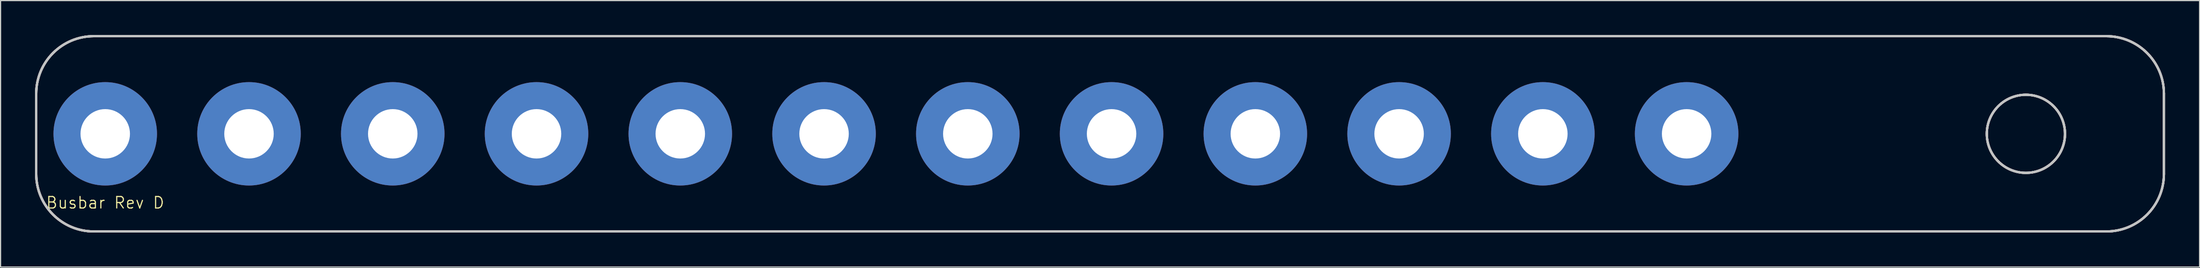
<source format=kicad_pcb>
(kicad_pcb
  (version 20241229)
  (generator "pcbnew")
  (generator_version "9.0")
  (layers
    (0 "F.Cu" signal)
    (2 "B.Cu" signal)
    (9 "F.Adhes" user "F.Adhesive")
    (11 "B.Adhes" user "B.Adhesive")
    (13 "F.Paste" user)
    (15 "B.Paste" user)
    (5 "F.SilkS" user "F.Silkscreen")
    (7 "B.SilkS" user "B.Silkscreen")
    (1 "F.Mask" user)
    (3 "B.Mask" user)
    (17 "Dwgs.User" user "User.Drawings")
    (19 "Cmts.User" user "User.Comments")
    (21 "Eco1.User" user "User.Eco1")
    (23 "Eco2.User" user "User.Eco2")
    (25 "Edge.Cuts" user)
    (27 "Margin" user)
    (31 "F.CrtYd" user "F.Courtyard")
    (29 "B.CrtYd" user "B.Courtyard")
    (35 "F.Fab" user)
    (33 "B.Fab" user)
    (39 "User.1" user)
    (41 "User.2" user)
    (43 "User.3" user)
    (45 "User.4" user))
  (footprint "Busbar Rev D"
    (layer "F.Cu")
    (at 6.1 8.6)
    (property "Reference" "Busbar Rev D" (at 0 6 0) (unlocked yes) (layer "F.SilkS") (effects (font (size 1 1) (thickness 0.1))))
    (attr through_hole)
    (fp_line (start -6 -3.5) (end -6 3.5) (stroke (width 0.2) (type default)) (layer "Dwgs.User"))
    (fp_line (start -6 -3.5) (end -6 3.5) (stroke (width 0.2) (type default)) (layer "Dwgs.User"))
    (fp_line (start -6 -3.5) (end -6 3.5) (stroke (width 0.2) (type default)) (layer "Dwgs.User"))
    (fp_line (start -6 -3.5) (end -6 3.5) (stroke (width 0.2) (type default)) (layer "Dwgs.User"))
    (fp_line (start -1 -8.5) (end 174 -8.5) (stroke (width 0.2) (type default)) (layer "Dwgs.User"))
    (fp_line (start -1 -8.5) (end 174 -8.5) (stroke (width 0.2) (type default)) (layer "Dwgs.User"))
    (fp_line (start -1 -8.5) (end 174 -8.5) (stroke (width 0.2) (type default)) (layer "Dwgs.User"))
    (fp_line (start -1 -8.5) (end 174 -8.5) (stroke (width 0.2) (type default)) (layer "Dwgs.User"))
    (fp_line (start 174 8.5) (end -1 8.5) (stroke (width 0.2) (type default)) (layer "Dwgs.User"))
    (fp_line (start 174 8.5) (end -1 8.5) (stroke (width 0.2) (type default)) (layer "Dwgs.User"))
    (fp_line (start 174 8.5) (end -1 8.5) (stroke (width 0.2) (type default)) (layer "Dwgs.User"))
    (fp_line (start 174 8.5) (end -1 8.5) (stroke (width 0.2) (type default)) (layer "Dwgs.User"))
    (fp_line (start 179 -3.5) (end 179 3.5) (stroke (width 0.2) (type default)) (layer "Dwgs.User"))
    (fp_line (start 179 -3.5) (end 179 3.5) (stroke (width 0.2) (type default)) (layer "Dwgs.User"))
    (fp_line (start 179 -3.5) (end 179 3.5) (stroke (width 0.2) (type default)) (layer "Dwgs.User"))
    (fp_line (start 179 -3.5) (end 179 3.5) (stroke (width 0.2) (type default)) (layer "Dwgs.User"))
    (fp_arc (start -6 -3.5) (mid -4.535534 -7.035534) (end -1.000001 -8.5) (stroke (width 0.2) (type default)) (layer "Dwgs.User"))
    (fp_arc (start -6 -3.5) (mid -4.535534 -7.035534) (end -1 -8.5) (stroke (width 0.2) (type default)) (layer "Dwgs.User"))
    (fp_arc (start -6 -3.5) (mid -4.535534 -7.035534) (end -1 -8.5) (stroke (width 0.2) (type default)) (layer "Dwgs.User"))
    (fp_arc (start -6 -3.499999) (mid -4.535534 -7.035534) (end -1.000001 -8.5) (stroke (width 0.2) (type default)) (layer "Dwgs.User"))
    (fp_arc (start -1 8.5) (mid -4.535534 7.035534) (end -6 3.499999) (stroke (width 0.2) (type default)) (layer "Dwgs.User"))
    (fp_arc (start -1 8.5) (mid -4.535534 7.035534) (end -6 3.499999) (stroke (width 0.2) (type default)) (layer "Dwgs.User"))
    (fp_arc (start -1 8.5) (mid -4.535534 7.035534) (end -6 3.499999) (stroke (width 0.2) (type default)) (layer "Dwgs.User"))
    (fp_arc (start -1 8.5) (mid -4.535534 7.035534) (end -6 3.499999) (stroke (width 0.2) (type default)) (layer "Dwgs.User"))
    (fp_arc (start 174 -8.5) (mid 177.535534 -7.035534) (end 179 -3.5) (stroke (width 0.2) (type default)) (layer "Dwgs.User"))
    (fp_arc (start 174 -8.5) (mid 177.535534 -7.035534) (end 179 -3.5) (stroke (width 0.2) (type default)) (layer "Dwgs.User"))
    (fp_arc (start 174 -8.5) (mid 177.535534 -7.035534) (end 179 -3.5) (stroke (width 0.2) (type default)) (layer "Dwgs.User"))
    (fp_arc (start 174 -8.5) (mid 177.535534 -7.035534) (end 179 -3.5) (stroke (width 0.2) (type default)) (layer "Dwgs.User"))
    (fp_arc (start 179 3.5) (mid 177.535534 7.035534) (end 174 8.5) (stroke (width 0.2) (type default)) (layer "Dwgs.User"))
    (fp_arc (start 179 3.5) (mid 177.535534 7.035534) (end 174 8.5) (stroke (width 0.2) (type default)) (layer "Dwgs.User"))
    (fp_arc (start 179 3.5) (mid 177.535534 7.035534) (end 174 8.5) (stroke (width 0.2) (type default)) (layer "Dwgs.User"))
    (fp_arc (start 179 3.5) (mid 177.535534 7.035534) (end 174 8.5) (stroke (width 0.2) (type default)) (layer "Dwgs.User"))
    (fp_circle (center 0 0) (end 1.65 0) (stroke (width 0.2) (type default)) (fill no) (layer "Dwgs.User"))
    (fp_circle (center 0 0) (end 1.65 0) (stroke (width 0.2) (type default)) (fill no) (layer "Dwgs.User"))
    (fp_circle (center 0 0) (end 1.65 0) (stroke (width 0.2) (type default)) (fill no) (layer "Dwgs.User"))
    (fp_circle (center 0 0) (end 1.65 0) (stroke (width 0.2) (type default)) (fill no) (layer "Dwgs.User"))
    (fp_circle (center 12.5 0) (end 14.15 0) (stroke (width 0.2) (type default)) (fill no) (layer "Dwgs.User"))
    (fp_circle (center 12.5 0) (end 14.15 0) (stroke (width 0.2) (type default)) (fill no) (layer "Dwgs.User"))
    (fp_circle (center 12.5 0) (end 14.15 0) (stroke (width 0.2) (type default)) (fill no) (layer "Dwgs.User"))
    (fp_circle (center 12.5 0) (end 14.15 0) (stroke (width 0.2) (type default)) (fill no) (layer "Dwgs.User"))
    (fp_circle (center 25 0) (end 26.65 0) (stroke (width 0.2) (type default)) (fill no) (layer "Dwgs.User"))
    (fp_circle (center 25 0) (end 26.65 0) (stroke (width 0.2) (type default)) (fill no) (layer "Dwgs.User"))
    (fp_circle (center 25 0) (end 26.65 0) (stroke (width 0.2) (type default)) (fill no) (layer "Dwgs.User"))
    (fp_circle (center 25 0) (end 26.65 0) (stroke (width 0.2) (type default)) (fill no) (layer "Dwgs.User"))
    (fp_circle (center 37.5 0) (end 39.15 0) (stroke (width 0.2) (type default)) (fill no) (layer "Dwgs.User"))
    (fp_circle (center 37.5 0) (end 39.15 0) (stroke (width 0.2) (type default)) (fill no) (layer "Dwgs.User"))
    (fp_circle (center 37.5 0) (end 39.15 0) (stroke (width 0.2) (type default)) (fill no) (layer "Dwgs.User"))
    (fp_circle (center 37.5 0) (end 39.15 0) (stroke (width 0.2) (type default)) (fill no) (layer "Dwgs.User"))
    (fp_circle (center 50 0) (end 51.65 0) (stroke (width 0.2) (type default)) (fill no) (layer "Dwgs.User"))
    (fp_circle (center 50 0) (end 51.65 0) (stroke (width 0.2) (type default)) (fill no) (layer "Dwgs.User"))
    (fp_circle (center 50 0) (end 51.65 0) (stroke (width 0.2) (type default)) (fill no) (layer "Dwgs.User"))
    (fp_circle (center 50 0) (end 51.65 0) (stroke (width 0.2) (type default)) (fill no) (layer "Dwgs.User"))
    (fp_circle (center 62.5 0) (end 64.15 0) (stroke (width 0.2) (type default)) (fill no) (layer "Dwgs.User"))
    (fp_circle (center 62.5 0) (end 64.15 0) (stroke (width 0.2) (type default)) (fill no) (layer "Dwgs.User"))
    (fp_circle (center 62.5 0) (end 64.15 0) (stroke (width 0.2) (type default)) (fill no) (layer "Dwgs.User"))
    (fp_circle (center 62.5 0) (end 64.15 0) (stroke (width 0.2) (type default)) (fill no) (layer "Dwgs.User"))
    (fp_circle (center 75 0) (end 76.65 0) (stroke (width 0.2) (type default)) (fill no) (layer "Dwgs.User"))
    (fp_circle (center 75 0) (end 76.65 0) (stroke (width 0.2) (type default)) (fill no) (layer "Dwgs.User"))
    (fp_circle (center 75 0) (end 76.65 0) (stroke (width 0.2) (type default)) (fill no) (layer "Dwgs.User"))
    (fp_circle (center 75 0) (end 76.65 0) (stroke (width 0.2) (type default)) (fill no) (layer "Dwgs.User"))
    (fp_circle (center 87.5 0) (end 89.15 0) (stroke (width 0.2) (type default)) (fill no) (layer "Dwgs.User"))
    (fp_circle (center 87.5 0) (end 89.15 0) (stroke (width 0.2) (type default)) (fill no) (layer "Dwgs.User"))
    (fp_circle (center 87.5 0) (end 89.15 0) (stroke (width 0.2) (type default)) (fill no) (layer "Dwgs.User"))
    (fp_circle (center 87.5 0) (end 89.15 0) (stroke (width 0.2) (type default)) (fill no) (layer "Dwgs.User"))
    (fp_circle (center 100 0) (end 101.65 0) (stroke (width 0.2) (type default)) (fill no) (layer "Dwgs.User"))
    (fp_circle (center 100 0) (end 101.65 0) (stroke (width 0.2) (type default)) (fill no) (layer "Dwgs.User"))
    (fp_circle (center 100 0) (end 101.65 0) (stroke (width 0.2) (type default)) (fill no) (layer "Dwgs.User"))
    (fp_circle (center 100 0) (end 101.65 0) (stroke (width 0.2) (type default)) (fill no) (layer "Dwgs.User"))
    (fp_circle (center 112.5 0) (end 114.15 0) (stroke (width 0.2) (type default)) (fill no) (layer "Dwgs.User"))
    (fp_circle (center 112.5 0) (end 114.15 0) (stroke (width 0.2) (type default)) (fill no) (layer "Dwgs.User"))
    (fp_circle (center 112.5 0) (end 114.15 0) (stroke (width 0.2) (type default)) (fill no) (layer "Dwgs.User"))
    (fp_circle (center 112.5 0) (end 114.15 0) (stroke (width 0.2) (type default)) (fill no) (layer "Dwgs.User"))
    (fp_circle (center 125 0) (end 126.65 0) (stroke (width 0.2) (type default)) (fill no) (layer "Dwgs.User"))
    (fp_circle (center 125 0) (end 126.65 0) (stroke (width 0.2) (type default)) (fill no) (layer "Dwgs.User"))
    (fp_circle (center 125 0) (end 126.65 0) (stroke (width 0.2) (type default)) (fill no) (layer "Dwgs.User"))
    (fp_circle (center 125 0) (end 126.65 0) (stroke (width 0.2) (type default)) (fill no) (layer "Dwgs.User"))
    (fp_circle (center 137.5 0) (end 139.15 0) (stroke (width 0.2) (type default)) (fill no) (layer "Dwgs.User"))
    (fp_circle (center 137.5 0) (end 139.15 0) (stroke (width 0.2) (type default)) (fill no) (layer "Dwgs.User"))
    (fp_circle (center 137.5 0) (end 139.15 0) (stroke (width 0.2) (type default)) (fill no) (layer "Dwgs.User"))
    (fp_circle (center 137.5 0) (end 139.15 0) (stroke (width 0.2) (type default)) (fill no) (layer "Dwgs.User"))
    (fp_circle (center 167 0) (end 170.4 0) (stroke (width 0.2) (type default)) (fill no) (layer "Dwgs.User"))
    (fp_circle (center 167 0) (end 170.4 0) (stroke (width 0.2) (type default)) (fill no) (layer "Dwgs.User"))
    (fp_circle (center 167 0) (end 170.4 0) (stroke (width 0.2) (type default)) (fill no) (layer "Dwgs.User"))
    (fp_circle (center 167 0) (end 170.4 0) (stroke (width 0.2) (type default)) (fill no) (layer "Dwgs.User"))
    (pad "1" thru_hole circle (at 0 0) (size 9 9) (drill 4.3) (layers "*.Cu" "*.Mask"))
    (pad "2" thru_hole circle (at 12.5 0) (size 9 9) (drill 4.3) (layers "*.Cu" "*.Mask"))
    (pad "3" thru_hole circle (at 25 0) (size 9 9) (drill 4.3) (layers "*.Cu" "*.Mask"))
    (pad "4" thru_hole circle (at 37.5 0) (size 9 9) (drill 4.3) (layers "*.Cu" "*.Mask"))
    (pad "5" thru_hole circle (at 50 0) (size 9 9) (drill 4.3) (layers "*.Cu" "*.Mask"))
    (pad "6" thru_hole circle (at 62.5 0) (size 9 9) (drill 4.3) (layers "*.Cu" "*.Mask"))
    (pad "7" thru_hole circle (at 75 0) (size 9 9) (drill 4.3) (layers "*.Cu" "*.Mask"))
    (pad "8" thru_hole circle (at 87.5 0) (size 9 9) (drill 4.3) (layers "*.Cu" "*.Mask"))
    (pad "9" thru_hole circle (at 100 0) (size 9 9) (drill 4.3) (layers "*.Cu" "*.Mask"))
    (pad "10" thru_hole circle (at 112.5 0) (size 9 9) (drill 4.3) (layers "*.Cu" "*.Mask"))
    (pad "11" thru_hole circle (at 125 0) (size 9 9) (drill 4.3) (layers "*.Cu" "*.Mask"))
    (pad "12" thru_hole circle (at 137.5 0) (size 9 9) (drill 4.3) (layers "*.Cu" "*.Mask")))
  (gr_rect
    (start -3 -3)
    (end 188.2 20.2)
    (stroke (width 0.1) (type default))
    (fill no)
    (layer "Edge.Cuts")))
</source>
